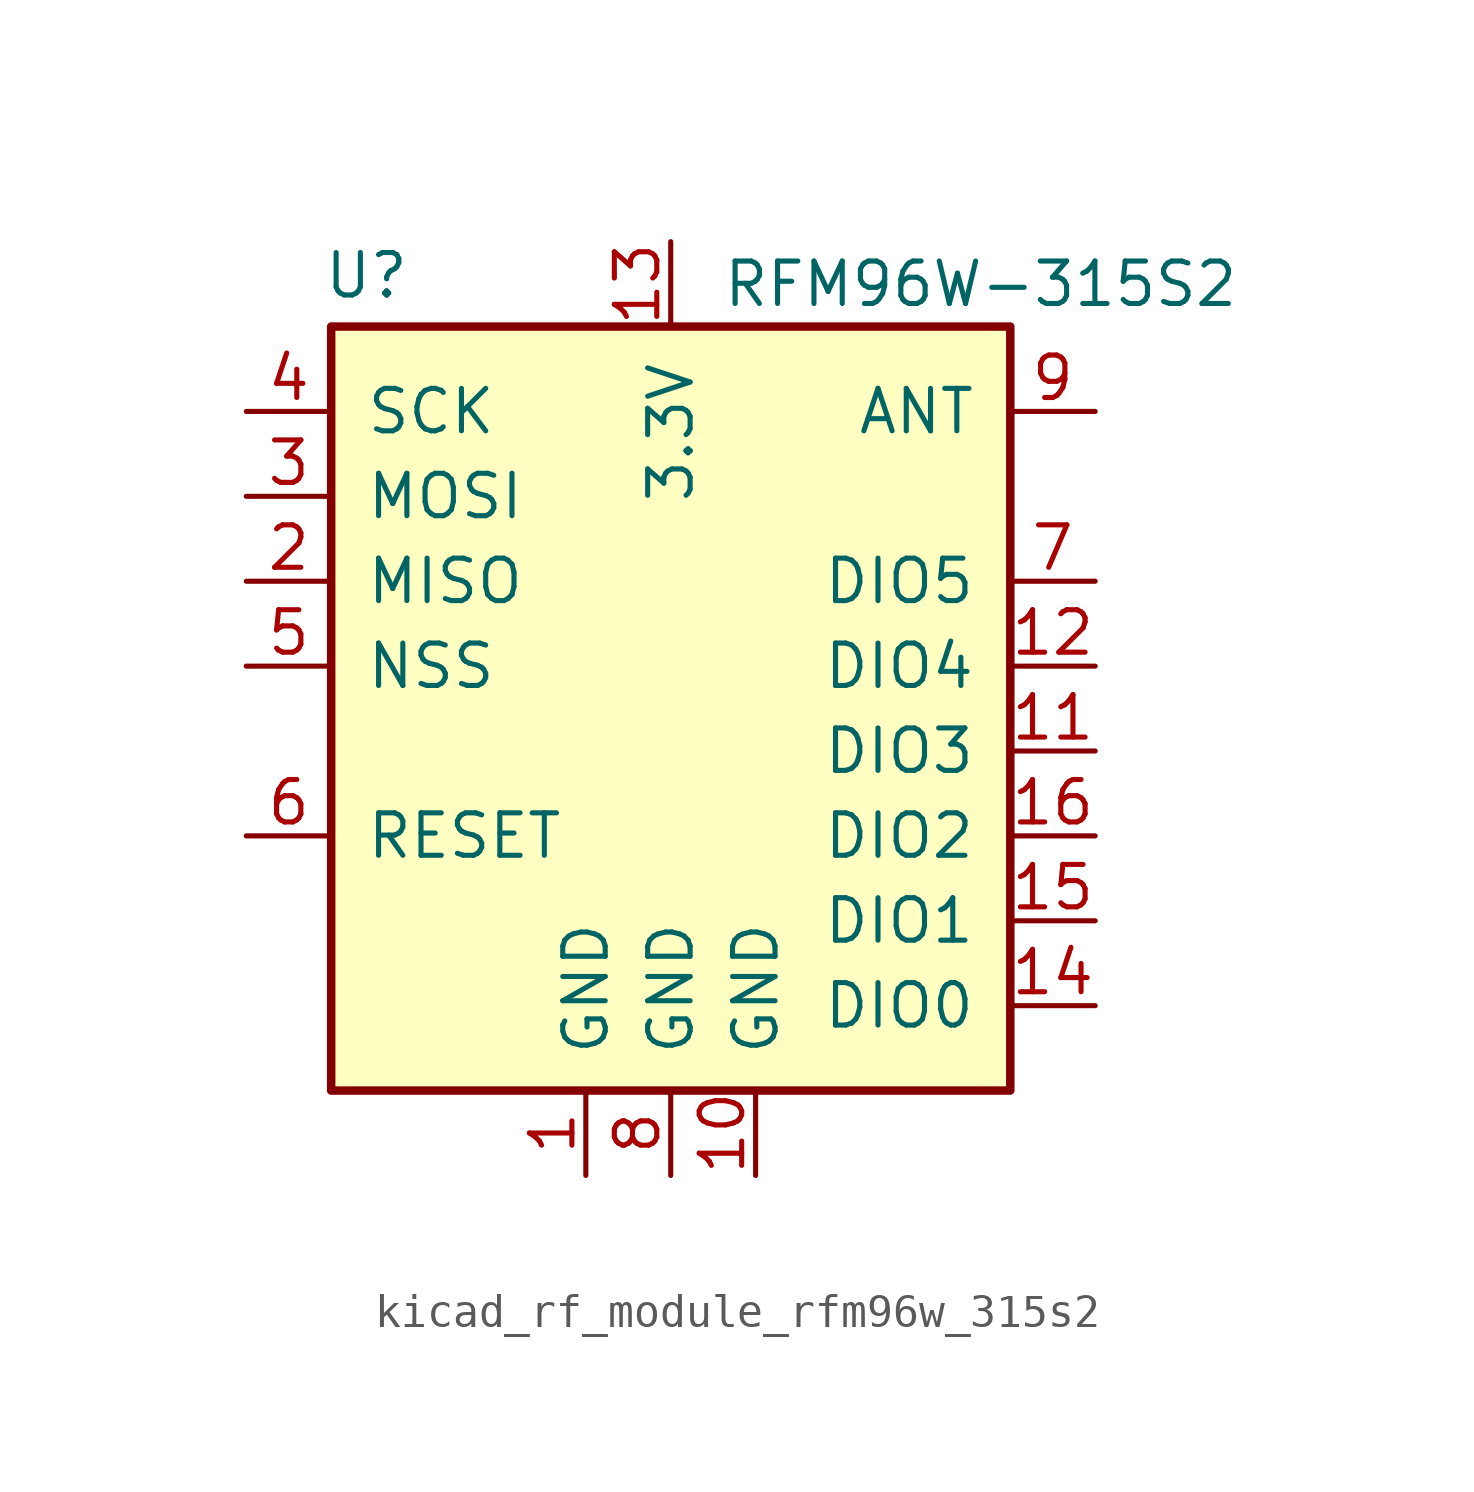
<source format=kicad_sym>
(kicad_symbol_lib
  (version 20220914)
  (generator kicad_symbol_editor)
  (symbol "kicad_rf_module_rfm96w_315s2"
    (pin_names
      (offset 1.016))
    (property "Reference" "U"
      (at -10.414 11.684 0)
      (effects (font (size 1.27 1.27)) (justify left)))
    (property "Value" "RFM96W-315S2"
      (at 1.524 11.43 0)
      (effects (font (size 1.27 1.27)) (justify left)))
    (symbol "kicad_rf_module_rfm96w_315s2_0_1"
      (rectangle (start -10.16 10.16) (end 10.16 -12.7) (stroke (width 0.254) (type default)) (fill (type background))))
    (symbol "kicad_rf_module_rfm96w_315s2_1_1"
      (pin power_in line (at -2.54 -15.24 90) (length 2.54) (name "GND" (effects (font (size 1.27 1.27)))) (number "1" (effects (font (size 1.27 1.27)))))
      (pin power_in line (at 2.54 -15.24 90) (length 2.54) (name "GND" (effects (font (size 1.27 1.27)))) (number "10" (effects (font (size 1.27 1.27)))))
      (pin bidirectional line (at 12.7 -2.54 180) (length 2.54) (name "DIO3" (effects (font (size 1.27 1.27)))) (number "11" (effects (font (size 1.27 1.27)))))
      (pin bidirectional line (at 12.7 0 180) (length 2.54) (name "DIO4" (effects (font (size 1.27 1.27)))) (number "12" (effects (font (size 1.27 1.27)))))
      (pin power_in line (at 0 12.7 270) (length 2.54) (name "3.3V" (effects (font (size 1.27 1.27)))) (number "13" (effects (font (size 1.27 1.27)))))
      (pin bidirectional line (at 12.7 -10.16 180) (length 2.54) (name "DIO0" (effects (font (size 1.27 1.27)))) (number "14" (effects (font (size 1.27 1.27)))))
      (pin bidirectional line (at 12.7 -7.62 180) (length 2.54) (name "DIO1" (effects (font (size 1.27 1.27)))) (number "15" (effects (font (size 1.27 1.27)))))
      (pin bidirectional line (at 12.7 -5.08 180) (length 2.54) (name "DIO2" (effects (font (size 1.27 1.27)))) (number "16" (effects (font (size 1.27 1.27)))))
      (pin output line (at -12.7 2.54 0) (length 2.54) (name "MISO" (effects (font (size 1.27 1.27)))) (number "2" (effects (font (size 1.27 1.27)))))
      (pin input line (at -12.7 5.08 0) (length 2.54) (name "MOSI" (effects (font (size 1.27 1.27)))) (number "3" (effects (font (size 1.27 1.27)))))
      (pin input line (at -12.7 7.62 0) (length 2.54) (name "SCK" (effects (font (size 1.27 1.27)))) (number "4" (effects (font (size 1.27 1.27)))))
      (pin input line (at -12.7 0 0) (length 2.54) (name "NSS" (effects (font (size 1.27 1.27)))) (number "5" (effects (font (size 1.27 1.27)))))
      (pin bidirectional line (at -12.7 -5.08 0) (length 2.54) (name "RESET" (effects (font (size 1.27 1.27)))) (number "6" (effects (font (size 1.27 1.27)))))
      (pin bidirectional line (at 12.7 2.54 180) (length 2.54) (name "DIO5" (effects (font (size 1.27 1.27)))) (number "7" (effects (font (size 1.27 1.27)))))
      (pin power_in line (at 0 -15.24 90) (length 2.54) (name "GND" (effects (font (size 1.27 1.27)))) (number "8" (effects (font (size 1.27 1.27)))))
      (pin bidirectional line (at 12.7 7.62 180) (length 2.54) (name "ANT" (effects (font (size 1.27 1.27)))) (number "9" (effects (font (size 1.27 1.27))))))))
</source>
